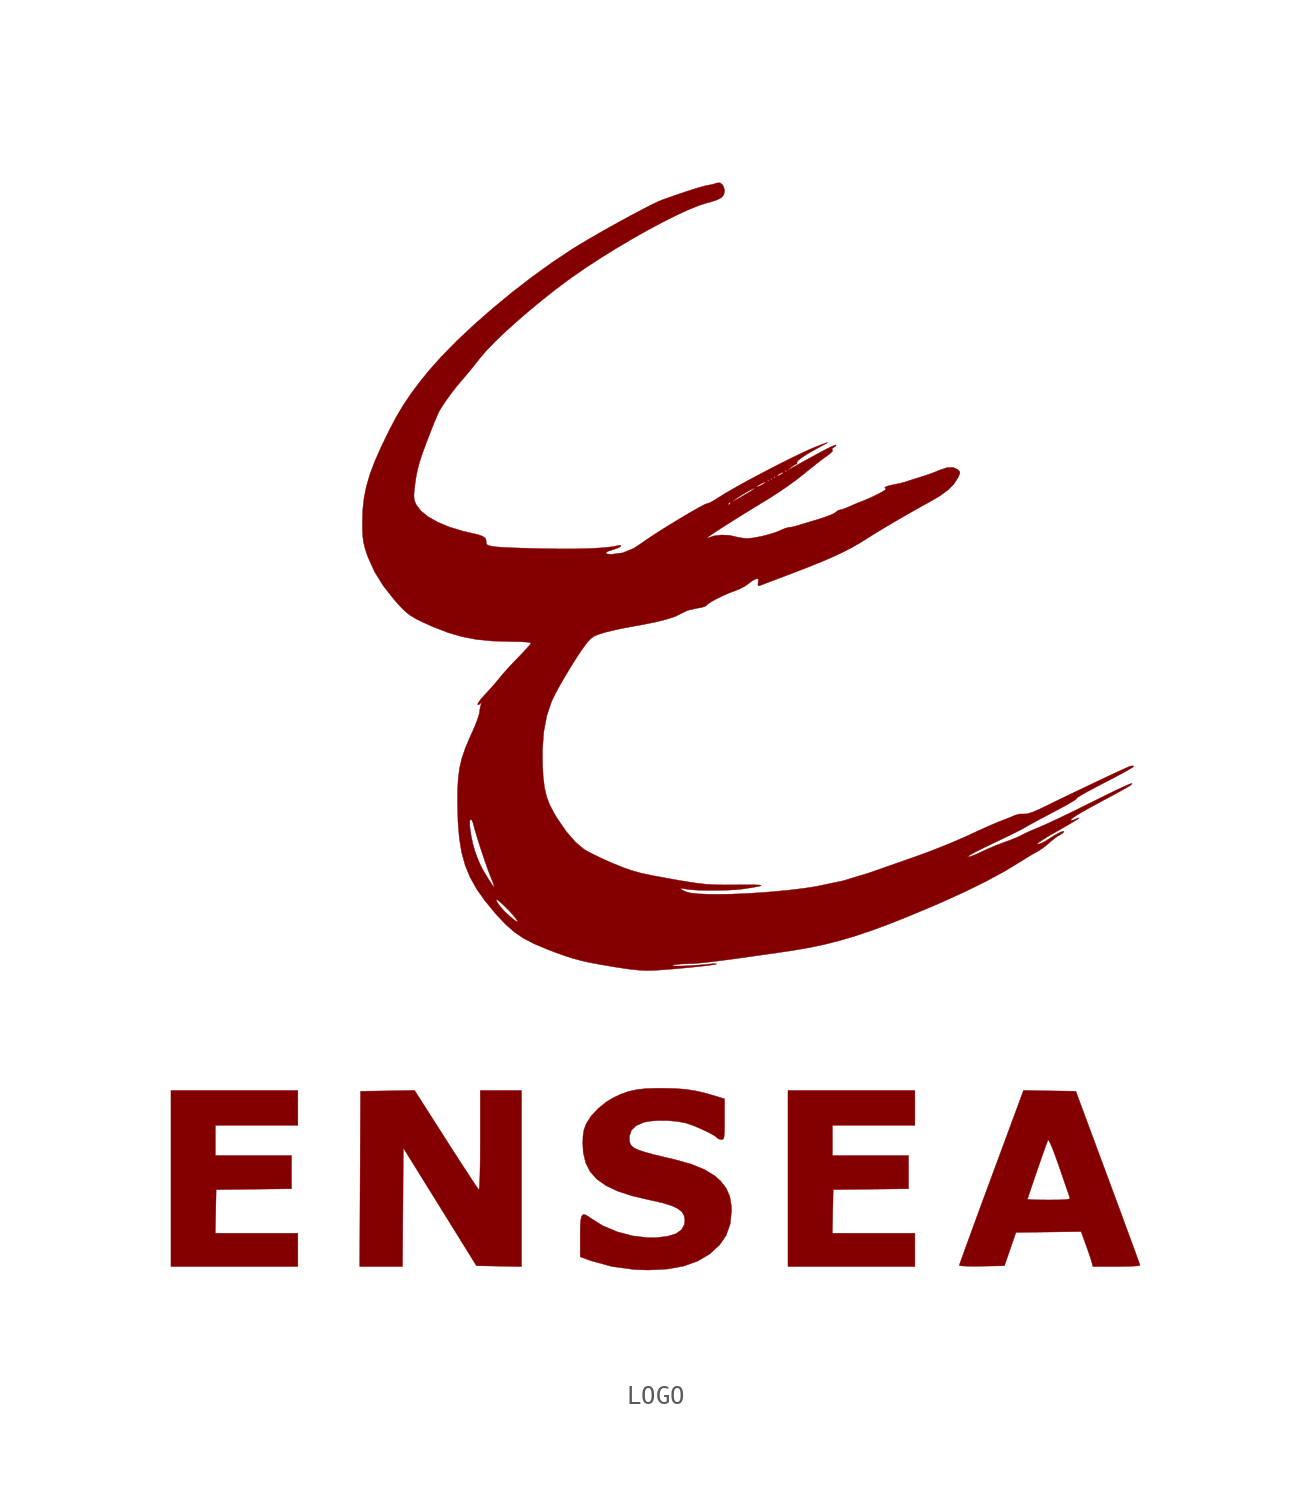
<source format=kicad_sym>
(kicad_symbol_lib
  (version 20210619)
  (generator bitmap2component)
  (symbol "LOGO"
    (pin_names
      (offset 1.016))
    (property "Reference" "#G"
      (at 0 34.586 0)
      (effects (font (size 1.27 1.27)) hide))
    (symbol "LOGO_0_0"
      (polyline (pts (xy 0.837 -22.826) (xy 1.709 -22.668) (xy 2.463 -22.4) (xy 3.104 -22.022) (xy 3.637 -21.531) (xy 3.981 -21.025) (xy 4.197 -20.414) (xy 4.267 -19.727) (xy 4.255 -19.426) (xy 4.171 -18.936) (xy 3.99 -18.523) (xy 3.693 -18.134) (xy 3.385 -17.856) (xy 2.828 -17.515) (xy 2.115 -17.224) (xy 1.242 -16.98) (xy 0.669 -16.847) (xy 0.091 -16.706) (xy -0.353 -16.585) (xy -0.68 -16.477) (xy -0.909 -16.372) (xy -1.056 -16.263) (xy -1.14 -16.14) (xy -1.177 -15.996) (xy -1.185 -15.822) (xy -1.181 -15.728) (xy -1.073 -15.412) (xy -0.82 -15.169) (xy -0.413 -14.993) (xy -0.091 -14.93) (xy 0.37 -14.897) (xy 0.879 -14.902) (xy 1.376 -14.945) (xy 1.799 -15.024) (xy 1.851 -15.038) (xy 2.152 -15.141) (xy 2.498 -15.281) (xy 2.847 -15.439) (xy 3.16 -15.596) (xy 3.395 -15.733) (xy 3.512 -15.831) (xy 3.567 -15.877) (xy 3.73 -15.917) (xy 3.787 -15.911) (xy 3.837 -15.871) (xy 3.868 -15.769) (xy 3.886 -15.58) (xy 3.893 -15.275) (xy 3.895 -14.828) (xy 3.895 -13.739) (xy 3.45 -13.602) (xy 2.882 -13.437) (xy 2.343 -13.311) (xy 1.823 -13.231) (xy 1.261 -13.189) (xy 0.593 -13.174) (xy 0.274 -13.174) (xy -0.313 -13.194) (xy -0.796 -13.247) (xy -1.219 -13.341) (xy -1.626 -13.485) (xy -2.061 -13.688) (xy -2.417 -13.904) (xy -2.852 -14.257) (xy -3.223 -14.656) (xy -3.481 -15.055) (xy -3.516 -15.131) (xy -3.611 -15.404) (xy -3.66 -15.715) (xy -3.674 -16.129) (xy -3.646 -16.605) (xy -3.519 -17.15) (xy -3.282 -17.62) (xy -2.925 -18.025) (xy -2.44 -18.37) (xy -1.815 -18.666) (xy -1.042 -18.918) (xy -0.111 -19.137) (xy -0.031 -19.153) (xy 0.591 -19.296) (xy 1.063 -19.44) (xy 1.401 -19.597) (xy 1.621 -19.775) (xy 1.742 -19.985) (xy 1.778 -20.235) (xy 1.75 -20.453) (xy 1.594 -20.732) (xy 1.294 -20.939) (xy 0.848 -21.076) (xy 0.25 -21.147) (xy -0.186 -21.15) (xy -1.012 -21.054) (xy -1.832 -20.837) (xy -2.598 -20.515) (xy -3.262 -20.101) (xy -3.35 -20.035) (xy -3.527 -19.929) (xy -3.652 -19.913) (xy -3.735 -20.004) (xy -3.782 -20.217) (xy -3.805 -20.569) (xy -3.81 -21.073) (xy -3.81 -22.171) (xy -3.365 -22.335) (xy -3.208 -22.391) (xy -2.093 -22.694) (xy -0.931 -22.849) (xy -0.158 -22.877) (xy 0.837 -22.826)) (stroke (width 0.01)) (fill (type outline)))
      (polyline (pts (xy -18.881 -20.913) (xy -23.288 -20.913) (xy -23.265 -19.748) (xy -23.241 -18.584) (xy -21.23 -18.562) (xy -19.219 -18.539) (xy -19.219 -16.764) (xy -23.283 -16.764) (xy -23.283 -15.155) (xy -18.881 -15.155) (xy -18.881 -13.293) (xy -25.654 -13.293) (xy -25.654 -22.691) (xy -18.881 -22.691) (xy -18.881 -20.913)) (stroke (width 0.01)) (fill (type outline)))
      (polyline (pts (xy -6.943 -13.293) (xy -9.144 -13.293) (xy -9.144 -15.965) (xy -9.144 -16.233) (xy -9.148 -16.892) (xy -9.156 -17.468) (xy -9.168 -17.943) (xy -9.182 -18.299) (xy -9.2 -18.521) (xy -9.219 -18.59) (xy -9.22 -18.59) (xy -9.283 -18.506) (xy -9.427 -18.296) (xy -9.64 -17.976) (xy -9.911 -17.561) (xy -10.231 -17.069) (xy -10.588 -16.516) (xy -10.972 -15.916) (xy -12.649 -13.289) (xy -15.536 -13.335) (xy -15.558 -18.013) (xy -15.58 -22.691) (xy -13.295 -22.691) (xy -13.25 -16.359) (xy -9.349 -22.648) (xy -6.943 -22.695) (xy -6.943 -13.293)) (stroke (width 0.01)) (fill (type outline)))
      (polyline (pts (xy 14.055 -20.913) (xy 9.647 -20.913) (xy 9.671 -19.748) (xy 9.694 -18.584) (xy 11.705 -18.562) (xy 13.716 -18.539) (xy 13.716 -16.764) (xy 9.652 -16.764) (xy 9.652 -15.155) (xy 14.055 -15.155) (xy 14.055 -13.293) (xy 7.281 -13.293) (xy 7.281 -22.691) (xy 14.055 -22.691) (xy 14.055 -20.913)) (stroke (width 0.01)) (fill (type outline)))
      (polyline (pts (xy 25.037 -22.69) (xy 25.447 -22.682) (xy 25.777 -22.668) (xy 25.995 -22.649) (xy 26.073 -22.627) (xy 26.052 -22.562) (xy 25.977 -22.35) (xy 25.852 -22.005) (xy 25.683 -21.542) (xy 25.475 -20.975) (xy 25.233 -20.318) (xy 24.963 -19.585) (xy 24.669 -18.791) (xy 24.357 -17.949) (xy 22.645 -13.335) (xy 21.249 -13.312) (xy 19.853 -13.289) (xy 18.138 -17.926) (xy 17.867 -18.66) (xy 17.704 -19.101) (xy 20.066 -19.101) (xy 20.073 -19.073) (xy 20.123 -18.913) (xy 20.214 -18.638) (xy 20.335 -18.278) (xy 20.477 -17.864) (xy 20.628 -17.425) (xy 20.778 -16.994) (xy 20.917 -16.598) (xy 21.034 -16.269) (xy 21.119 -16.037) (xy 21.161 -15.931) (xy 21.2 -15.955) (xy 21.286 -16.121) (xy 21.412 -16.422) (xy 21.571 -16.843) (xy 21.757 -17.371) (xy 21.77 -17.409) (xy 21.937 -17.894) (xy 22.085 -18.325) (xy 22.206 -18.675) (xy 22.291 -18.919) (xy 22.33 -19.029) (xy 22.323 -19.062) (xy 22.232 -19.097) (xy 22.031 -19.119) (xy 21.699 -19.131) (xy 21.218 -19.135) (xy 21.093 -19.134) (xy 20.69 -19.131) (xy 20.364 -19.123) (xy 20.145 -19.113) (xy 20.066 -19.101) (xy 17.704 -19.101) (xy 17.57 -19.464) (xy 17.297 -20.208) (xy 17.052 -20.879) (xy 16.839 -21.462) (xy 16.665 -21.942) (xy 16.535 -22.306) (xy 16.452 -22.54) (xy 16.424 -22.63) (xy 16.437 -22.639) (xy 16.574 -22.658) (xy 16.839 -22.671) (xy 17.202 -22.676) (xy 17.632 -22.672) (xy 18.838 -22.648) (xy 19.449 -20.87) (xy 21.188 -20.848) (xy 22.927 -20.825) (xy 23.188 -21.546) (xy 23.237 -21.682) (xy 23.356 -22.022) (xy 23.45 -22.305) (xy 23.503 -22.479) (xy 23.556 -22.691) (xy 24.817 -22.691) (xy 25.037 -22.69)) (stroke (width 0.01)) (fill (type outline)))
      (polyline (pts (xy 0.085 -6.885) (xy 0.432 -6.864) (xy 0.889 -6.83) (xy 1.382 -6.789) (xy 1.883 -6.743) (xy 2.361 -6.695) (xy 2.788 -6.649) (xy 3.135 -6.606) (xy 3.372 -6.571) (xy 3.469 -6.545) (xy 3.443 -6.529) (xy 3.293 -6.527) (xy 3.048 -6.547) (xy 2.948 -6.558) (xy 2.554 -6.594) (xy 2.155 -6.622) (xy 1.781 -6.641) (xy 1.459 -6.651) (xy 1.219 -6.649) (xy 1.09 -6.636) (xy 1.101 -6.611) (xy 1.103 -6.61) (xy 1.296 -6.572) (xy 1.593 -6.542) (xy 1.932 -6.528) (xy 1.998 -6.527) (xy 2.2 -6.519) (xy 2.431 -6.504) (xy 2.706 -6.479) (xy 3.04 -6.443) (xy 3.449 -6.394) (xy 3.948 -6.329) (xy 4.552 -6.247) (xy 5.278 -6.146) (xy 6.14 -6.024) (xy 7.154 -5.878) (xy 7.553 -5.819) (xy 8.406 -5.672) (xy 9.228 -5.499) (xy 10.044 -5.292) (xy 10.881 -5.044) (xy 11.764 -4.747) (xy 12.719 -4.393) (xy 13.771 -3.973) (xy 14.945 -3.48) (xy 15.542 -3.222) (xy 16.787 -2.655) (xy 17.889 -2.11) (xy 18.864 -1.58) (xy 19.727 -1.056) (xy 19.741 -1.047) (xy 20.054 -0.851) (xy 20.353 -0.673) (xy 20.574 -0.551) (xy 20.701 -0.477) (xy 20.97 -0.288) (xy 21.23 -0.071) (xy 21.383 0.061) (xy 21.62 0.243) (xy 21.802 0.354) (xy 21.945 0.439) (xy 22.013 0.524) (xy 22.007 0.538) (xy 21.907 0.527) (xy 21.704 0.436) (xy 21.426 0.278) (xy 21.101 0.067) (xy 20.965 -0.018) (xy 20.743 -0.123) (xy 20.593 -0.153) (xy 20.586 -0.133) (xy 20.685 -0.043) (xy 20.906 0.108) (xy 21.233 0.309) (xy 21.65 0.548) (xy 21.932 0.708) (xy 22.294 0.916) (xy 22.578 1.086) (xy 22.762 1.203) (xy 22.821 1.253) (xy 22.757 1.249) (xy 22.606 1.185) (xy 22.478 1.131) (xy 22.382 1.127) (xy 22.382 1.127) (xy 22.394 1.18) (xy 22.503 1.274) (xy 22.72 1.417) (xy 23.056 1.614) (xy 23.523 1.873) (xy 24.13 2.201) (xy 24.489 2.393) (xy 24.886 2.609) (xy 25.212 2.789) (xy 25.443 2.92) (xy 25.55 2.987) (xy 25.595 3.023) (xy 25.649 3.086) (xy 25.595 3.087) (xy 25.425 3.025) (xy 25.134 2.896) (xy 24.713 2.696) (xy 24.156 2.424) (xy 23.456 2.076) (xy 22.888 1.794) (xy 22.309 1.511) (xy 21.77 1.252) (xy 21.3 1.031) (xy 20.925 0.86) (xy 20.674 0.753) (xy 20.615 0.729) (xy 20.271 0.585) (xy 19.965 0.447) (xy 19.758 0.341) (xy 19.729 0.325) (xy 19.498 0.216) (xy 19.177 0.085) (xy 18.826 -0.044) (xy 18.414 -0.198) (xy 17.966 -0.386) (xy 17.582 -0.565) (xy 17.535 -0.588) (xy 17.244 -0.72) (xy 17.005 -0.806) (xy 16.869 -0.83) (xy 16.863 -0.827) (xy 16.924 -0.772) (xy 17.113 -0.659) (xy 17.412 -0.501) (xy 17.798 -0.307) (xy 18.252 -0.088) (xy 18.292 -0.069) (xy 18.772 0.16) (xy 19.21 0.372) (xy 19.577 0.556) (xy 19.847 0.695) (xy 19.991 0.777) (xy 20.083 0.833) (xy 20.32 0.966) (xy 20.655 1.149) (xy 21.06 1.364) (xy 21.502 1.596) (xy 21.854 1.782) (xy 22.214 1.98) (xy 22.488 2.141) (xy 22.656 2.252) (xy 22.695 2.299) (xy 22.693 2.306) (xy 22.779 2.374) (xy 22.991 2.503) (xy 23.306 2.68) (xy 23.704 2.894) (xy 24.166 3.134) (xy 24.307 3.207) (xy 24.762 3.444) (xy 25.154 3.655) (xy 25.463 3.828) (xy 25.664 3.949) (xy 25.737 4.006) (xy 25.693 4.037) (xy 25.548 4.018) (xy 25.543 4.016) (xy 25.406 3.96) (xy 25.14 3.84) (xy 24.764 3.666) (xy 24.302 3.45) (xy 23.773 3.2) (xy 23.199 2.927) (xy 22.601 2.641) (xy 21.999 2.352) (xy 21.415 2.069) (xy 20.87 1.802) (xy 20.722 1.731) (xy 20.333 1.562) (xy 20.052 1.476) (xy 19.854 1.466) (xy 19.632 1.463) (xy 19.385 1.394) (xy 19.269 1.34) (xy 19.005 1.231) (xy 18.708 1.119) (xy 18.586 1.072) (xy 18.278 0.944) (xy 17.878 0.769) (xy 17.424 0.564) (xy 16.955 0.346) (xy 16.617 0.193) (xy 16.015 -0.065) (xy 15.352 -0.335) (xy 14.686 -0.592) (xy 14.076 -0.814) (xy 13.59 -0.984) (xy 13.025 -1.181) (xy 12.49 -1.369) (xy 12.029 -1.531) (xy 11.684 -1.652) (xy 11.661 -1.66) (xy 10.23 -2.097) (xy 8.763 -2.406) (xy 8.151 -2.499) (xy 7.415 -2.59) (xy 6.641 -2.667) (xy 5.853 -2.73) (xy 5.073 -2.777) (xy 4.324 -2.809) (xy 3.628 -2.822) (xy 3.01 -2.818) (xy 2.49 -2.795) (xy 2.093 -2.752) (xy 1.841 -2.687) (xy 1.611 -2.577) (xy 1.54 -2.517) (xy 1.631 -2.508) (xy 1.884 -2.548) (xy 2.147 -2.581) (xy 2.563 -2.606) (xy 3.061 -2.616) (xy 3.594 -2.614) (xy 4.118 -2.598) (xy 4.586 -2.569) (xy 4.953 -2.528) (xy 5.189 -2.49) (xy 5.559 -2.427) (xy 5.784 -2.381) (xy 5.857 -2.348) (xy 5.777 -2.327) (xy 5.538 -2.316) (xy 5.138 -2.313) (xy 4.572 -2.316) (xy 4.365 -2.317) (xy 3.901 -2.318) (xy 3.502 -2.313) (xy 3.141 -2.298) (xy 2.786 -2.27) (xy 2.411 -2.227) (xy 1.984 -2.164) (xy 1.479 -2.08) (xy 0.865 -1.97) (xy 0.114 -1.832) (xy -0.023 -1.806) (xy -0.57 -1.689) (xy -1.057 -1.553) (xy -1.554 -1.377) (xy -2.13 -1.141) (xy -2.243 -1.092) (xy -2.679 -0.895) (xy -3.079 -0.704) (xy -3.403 -0.537) (xy -3.61 -0.415) (xy -4.057 -0.04) (xy -4.548 0.522) (xy -5.045 1.244) (xy -5.224 1.543) (xy -5.45 1.984) (xy -5.61 2.417) (xy -5.717 2.885) (xy -5.783 3.434) (xy -5.819 4.106) (xy -5.825 4.884) (xy -5.755 5.85) (xy -5.595 6.702) (xy -5.34 7.463) (xy -5.319 7.512) (xy -5.146 7.867) (xy -4.904 8.314) (xy -4.615 8.814) (xy -4.305 9.329) (xy -3.997 9.818) (xy -3.713 10.243) (xy -3.478 10.565) (xy -3.414 10.645) (xy -3.246 10.827) (xy -3.072 10.951) (xy -2.837 11.05) (xy -2.49 11.155) (xy -2.401 11.18) (xy -1.964 11.286) (xy -1.472 11.391) (xy -1.016 11.476) (xy -0.588 11.549) (xy 0.184 11.703) (xy 0.808 11.859) (xy 1.278 12.014) (xy 1.585 12.168) (xy 1.915 12.331) (xy 2.408 12.444) (xy 2.636 12.481) (xy 2.85 12.542) (xy 2.946 12.605) (xy 2.989 12.658) (xy 3.164 12.78) (xy 3.438 12.934) (xy 3.774 13.099) (xy 4.135 13.258) (xy 4.484 13.391) (xy 4.671 13.464) (xy 4.958 13.609) (xy 5.162 13.751) (xy 5.166 13.755) (xy 5.369 13.91) (xy 5.556 14.005) (xy 5.641 14.025) (xy 5.706 13.99) (xy 5.691 13.831) (xy 5.675 13.728) (xy 5.697 13.644) (xy 5.808 13.667) (xy 5.848 13.683) (xy 6.039 13.756) (xy 6.342 13.871) (xy 6.725 14.016) (xy 7.154 14.178) (xy 7.526 14.319) (xy 8.361 14.643) (xy 9.068 14.928) (xy 9.669 15.186) (xy 10.187 15.427) (xy 10.645 15.662) (xy 11.066 15.901) (xy 11.472 16.154) (xy 11.497 16.17) (xy 11.919 16.435) (xy 12.449 16.755) (xy 13.047 17.108) (xy 13.673 17.47) (xy 14.289 17.819) (xy 14.855 18.131) (xy 15.388 18.443) (xy 15.815 18.754) (xy 16.126 19.066) (xy 16.345 19.4) (xy 16.387 19.483) (xy 16.455 19.647) (xy 16.443 19.746) (xy 16.352 19.844) (xy 16.111 19.961) (xy 15.774 19.956) (xy 15.373 19.82) (xy 15.134 19.72) (xy 14.79 19.593) (xy 14.436 19.477) (xy 14.105 19.374) (xy 13.799 19.277) (xy 13.589 19.206) (xy 13.508 19.18) (xy 13.227 19.108) (xy 12.922 19.045) (xy 12.766 19.015) (xy 12.525 18.946) (xy 12.439 18.879) (xy 12.514 18.818) (xy 12.52 18.813) (xy 12.461 18.754) (xy 12.288 18.649) (xy 12.035 18.516) (xy 11.735 18.372) (xy 11.424 18.235) (xy 11.134 18.12) (xy 11.054 18.089) (xy 10.827 17.994) (xy 10.56 17.877) (xy 10.409 17.812) (xy 10.18 17.728) (xy 10.041 17.695) (xy 9.963 17.675) (xy 9.82 17.567) (xy 9.748 17.517) (xy 9.534 17.418) (xy 9.224 17.302) (xy 8.858 17.184) (xy 8.607 17.109) (xy 8.236 16.998) (xy 7.932 16.906) (xy 7.741 16.847) (xy 7.518 16.789) (xy 7.335 16.764) (xy 7.322 16.764) (xy 7.141 16.719) (xy 6.917 16.623) (xy 6.685 16.523) (xy 6.293 16.396) (xy 5.856 16.284) (xy 5.441 16.204) (xy 5.115 16.173) (xy 5.016 16.176) (xy 4.686 16.219) (xy 4.361 16.294) (xy 4.122 16.343) (xy 3.72 16.358) (xy 3.327 16.309) (xy 3.02 16.202) (xy 2.969 16.18) (xy 3.006 16.236) (xy 3.063 16.283) (xy 3.26 16.421) (xy 3.568 16.625) (xy 3.97 16.884) (xy 4.444 17.183) (xy 4.971 17.512) (xy 5.531 17.856) (xy 6.103 18.203) (xy 6.246 18.291) (xy 6.749 18.614) (xy 7.264 18.965) (xy 7.737 19.308) (xy 8.115 19.604) (xy 8.437 19.868) (xy 8.797 20.155) (xy 9.117 20.401) (xy 9.351 20.572) (xy 9.531 20.706) (xy 9.659 20.834) (xy 9.656 20.897) (xy 9.62 20.953) (xy 9.745 21.048) (xy 9.748 21.05) (xy 9.854 21.129) (xy 9.829 21.164) (xy 9.806 21.16) (xy 9.633 21.092) (xy 9.319 20.937) (xy 8.863 20.696) (xy 8.268 20.371) (xy 7.535 19.962) (xy 7.239 19.795) (xy 7.451 19.971) (xy 7.458 19.977) (xy 7.626 20.098) (xy 7.74 20.149) (xy 7.758 20.151) (xy 7.764 20.204) (xy 7.754 20.225) (xy 7.821 20.333) (xy 8.032 20.5) (xy 8.376 20.718) (xy 8.845 20.981) (xy 9.106 21.122) (xy 9.326 21.243) (xy 9.401 21.295) (xy 9.329 21.279) (xy 9.106 21.196) (xy 8.729 21.049) (xy 8.432 20.924) (xy 7.965 20.709) (xy 7.408 20.439) (xy 6.793 20.13) (xy 6.149 19.798) (xy 6.096 19.77) (xy 7.112 19.77) (xy 7.154 19.812) (xy 7.197 19.77) (xy 7.154 19.727) (xy 7.112 19.77) (xy 6.096 19.77) (xy 5.603 19.51) (xy 6.689 19.51) (xy 6.725 19.555) (xy 6.858 19.643) (xy 6.965 19.69) (xy 7.027 19.691) (xy 6.991 19.645) (xy 6.858 19.558) (xy 6.751 19.51) (xy 6.689 19.51) (xy 5.603 19.51) (xy 5.506 19.459) (xy 5.455 19.431) (xy 6.519 19.431) (xy 6.562 19.473) (xy 6.604 19.431) (xy 6.562 19.389) (xy 6.519 19.431) (xy 5.455 19.431) (xy 5.299 19.346) (xy 6.35 19.346) (xy 6.392 19.389) (xy 6.435 19.346) (xy 6.392 19.304) (xy 6.35 19.346) (xy 5.299 19.346) (xy 5.142 19.262) (xy 6.181 19.262) (xy 6.223 19.304) (xy 6.265 19.262) (xy 6.223 19.219) (xy 6.181 19.262) (xy 5.142 19.262) (xy 4.895 19.128) (xy 4.52 18.919) (xy 5.588 18.919) (xy 5.589 18.923) (xy 5.671 18.992) (xy 5.842 19.092) (xy 5.871 19.107) (xy 6.031 19.176) (xy 6.096 19.181) (xy 6.095 19.177) (xy 6.013 19.108) (xy 5.842 19.008) (xy 5.813 18.993) (xy 5.653 18.924) (xy 5.588 18.919) (xy 4.52 18.919) (xy 4.347 18.822) (xy 3.891 18.556) (xy 3.558 18.347) (xy 3.319 18.197) (xy 3.098 18.079) (xy 2.963 18.034) (xy 2.941 18.03) (xy 2.785 17.961) (xy 2.773 17.955) (xy 4.085 17.955) (xy 4.106 18.034) (xy 4.124 18.059) (xy 4.201 18.119) (xy 4.213 18.113) (xy 4.209 18.099) (xy 4.276 18.099) (xy 4.466 18.257) (xy 4.598 18.354) (xy 4.812 18.492) (xy 5.051 18.635) (xy 5.274 18.759) (xy 5.439 18.839) (xy 5.503 18.851) (xy 5.468 18.815) (xy 5.322 18.713) (xy 5.101 18.578) (xy 4.95 18.491) (xy 4.684 18.336) (xy 4.487 18.222) (xy 4.276 18.099) (xy 4.209 18.099) (xy 4.191 18.034) (xy 4.174 18.009) (xy 4.096 17.949) (xy 4.085 17.955) (xy 2.773 17.955) (xy 2.519 17.82) (xy 2.169 17.622) (xy 1.759 17.382) (xy 1.315 17.116) (xy 0.861 16.838) (xy 0.422 16.563) (xy 0.024 16.306) (xy -0.308 16.084) (xy -0.551 15.91) (xy -0.948 15.647) (xy -1.539 15.405) (xy -2.154 15.325) (xy -2.185 15.325) (xy -2.392 15.35) (xy -2.441 15.408) (xy -2.336 15.485) (xy -2.079 15.569) (xy -1.971 15.599) (xy -1.757 15.681) (xy -1.645 15.757) (xy -1.637 15.81) (xy -1.746 15.804) (xy -2.052 15.738) (xy -2.546 15.681) (xy -3.186 15.641) (xy -3.961 15.619) (xy -4.859 15.616) (xy -5.869 15.631) (xy -6.142 15.638) (xy -6.884 15.657) (xy -7.478 15.677) (xy -7.939 15.699) (xy -8.285 15.724) (xy -8.53 15.756) (xy -8.691 15.795) (xy -8.784 15.844) (xy -8.825 15.904) (xy -8.829 15.977) (xy -8.826 16.04) (xy -8.87 16.178) (xy -9.008 16.287) (xy -9.264 16.379) (xy -9.664 16.471) (xy -10.094 16.57) (xy -10.797 16.785) (xy -11.417 17.045) (xy -11.933 17.338) (xy -12.322 17.654) (xy -12.564 17.982) (xy -12.571 17.996) (xy -12.64 18.155) (xy -12.677 18.309) (xy -12.684 18.5) (xy -12.662 18.771) (xy -12.613 19.167) (xy -12.585 19.363) (xy -12.506 19.782) (xy -12.392 20.216) (xy -12.232 20.711) (xy -12.011 21.312) (xy -11.912 21.569) (xy -11.736 22.02) (xy -11.575 22.419) (xy -11.444 22.731) (xy -11.357 22.921) (xy -11.268 23.081) (xy -11.029 23.45) (xy -10.721 23.879) (xy -10.373 24.325) (xy -10.016 24.748) (xy -9.982 24.787) (xy -9.718 25.099) (xy -9.421 25.465) (xy -9.148 25.813) (xy -9.128 25.838) (xy -8.806 26.213) (xy -8.367 26.665) (xy -7.834 27.176) (xy -7.227 27.725) (xy -6.568 28.295) (xy -5.877 28.867) (xy -5.177 29.422) (xy -4.487 29.941) (xy -4.247 30.115) (xy -3.511 30.624) (xy -2.721 31.139) (xy -1.9 31.649) (xy -1.068 32.142) (xy -0.247 32.606) (xy 0.543 33.03) (xy 1.28 33.401) (xy 1.943 33.708) (xy 2.511 33.94) (xy 2.963 34.084) (xy 3.121 34.124) (xy 3.495 34.244) (xy 3.733 34.371) (xy 3.858 34.521) (xy 3.895 34.709) (xy 3.886 34.818) (xy 3.802 35.036) (xy 3.657 35.158) (xy 3.487 35.148) (xy 3.457 35.135) (xy 3.256 35.074) (xy 3 35.023) (xy 2.823 34.986) (xy 2.447 34.882) (xy 1.935 34.72) (xy 1.299 34.505) (xy 0.55 34.24) (xy 0.33 34.147) (xy -0.025 33.976) (xy -0.476 33.745) (xy -0.999 33.468) (xy -1.569 33.159) (xy -2.161 32.832) (xy -2.748 32.501) (xy -3.308 32.178) (xy -3.813 31.878) (xy -4.239 31.616) (xy -4.245 31.612) (xy -5.296 30.913) (xy -6.372 30.138) (xy -7.448 29.307) (xy -8.497 28.442) (xy -9.495 27.565) (xy -10.417 26.698) (xy -11.237 25.861) (xy -11.93 25.076) (xy -12.341 24.567) (xy -12.834 23.913) (xy -13.256 23.285) (xy -13.642 22.633) (xy -14.024 21.905) (xy -14.446 21.035) (xy -14.783 20.266) (xy -15.041 19.578) (xy -15.226 18.943) (xy -15.348 18.33) (xy -15.416 17.713) (xy -15.437 17.06) (xy -15.433 16.648) (xy -15.416 16.28) (xy -15.377 15.979) (xy -15.31 15.693) (xy -15.207 15.367) (xy -15.139 15.177) (xy -14.794 14.408) (xy -14.335 13.666) (xy -13.74 12.909) (xy -13.724 12.89) (xy -13.419 12.547) (xy -13.158 12.287) (xy -12.901 12.08) (xy -12.608 11.898) (xy -12.238 11.712) (xy -11.75 11.494) (xy -11.655 11.453) (xy -10.867 11.147) (xy -10.106 10.926) (xy -9.325 10.778) (xy -8.477 10.696) (xy -7.514 10.67) (xy -7.451 10.669) (xy -7.054 10.662) (xy -6.731 10.645) (xy -6.514 10.621) (xy -6.435 10.593) (xy -6.487 10.511) (xy -6.636 10.335) (xy -6.86 10.091) (xy -7.133 9.807) (xy -7.373 9.559) (xy -7.678 9.231) (xy -7.941 8.936) (xy -8.121 8.718) (xy -8.123 8.716) (xy -8.333 8.459) (xy -8.604 8.15) (xy -8.878 7.855) (xy -8.942 7.788) (xy -9.136 7.564) (xy -9.258 7.393) (xy -9.283 7.307) (xy -9.233 7.293) (xy -9.131 7.369) (xy -9.116 7.39) (xy -9.073 7.43) (xy -9.103 7.324) (xy -9.152 7.129) (xy -9.189 6.878) (xy -9.214 6.76) (xy -9.301 6.491) (xy -9.435 6.148) (xy -9.598 5.778) (xy -9.703 5.55) (xy -9.946 4.971) (xy -10.124 4.449) (xy -10.245 3.937) (xy -10.319 3.392) (xy -10.354 2.767) (xy -10.359 2.02) (xy -10.335 1.095) (xy -10.32 0.904) (xy -9.709 0.904) (xy -9.703 1.109) (xy -9.658 1.185) (xy -9.584 1.121) (xy -9.52 0.953) (xy -9.454 0.698) (xy -9.343 0.319) (xy -9.202 -0.133) (xy -9.045 -0.616) (xy -8.886 -1.085) (xy -8.74 -1.499) (xy -8.62 -1.812) (xy -8.558 -1.965) (xy -8.447 -2.252) (xy -8.402 -2.404) (xy -8.426 -2.418) (xy -8.524 -2.291) (xy -8.697 -2.022) (xy -8.952 -1.609) (xy -9.116 -1.298) (xy -9.292 -0.897) (xy -9.432 -0.508) (xy -9.532 -0.153) (xy -9.619 0.239) (xy -9.679 0.602) (xy -9.709 0.904) (xy -10.32 0.904) (xy -10.266 0.206) (xy -10.141 -0.573) (xy -9.95 -1.272) (xy -9.684 -1.92) (xy -9.333 -2.545) (xy -8.942 -3.098) (xy -8.297 -3.098) (xy -8.288 -3.089) (xy -8.196 -3.142) (xy -8.033 -3.28) (xy -7.829 -3.471) (xy -7.613 -3.689) (xy -7.416 -3.903) (xy -7.269 -4.085) (xy -7.231 -4.138) (xy -7.148 -4.274) (xy -7.168 -4.3) (xy -7.298 -4.213) (xy -7.546 -4.013) (xy -7.575 -3.988) (xy -7.846 -3.735) (xy -8.076 -3.477) (xy -8.237 -3.253) (xy -8.297 -3.098) (xy -8.942 -3.098) (xy -8.885 -3.178) (xy -8.332 -3.848) (xy -8.246 -3.945) (xy -7.771 -4.446) (xy -7.316 -4.843) (xy -6.835 -5.17) (xy -6.281 -5.459) (xy -5.607 -5.743) (xy -5.124 -5.928) (xy -4.639 -6.103) (xy -4.202 -6.243) (xy -3.771 -6.359) (xy -3.301 -6.464) (xy -2.75 -6.568) (xy -2.074 -6.683) (xy -1.859 -6.719) (xy -1.233 -6.811) (xy -0.725 -6.867) (xy -0.298 -6.891) (xy 0.085 -6.885)) (stroke (width 0.01)) (fill (type outline))))))
</source>
